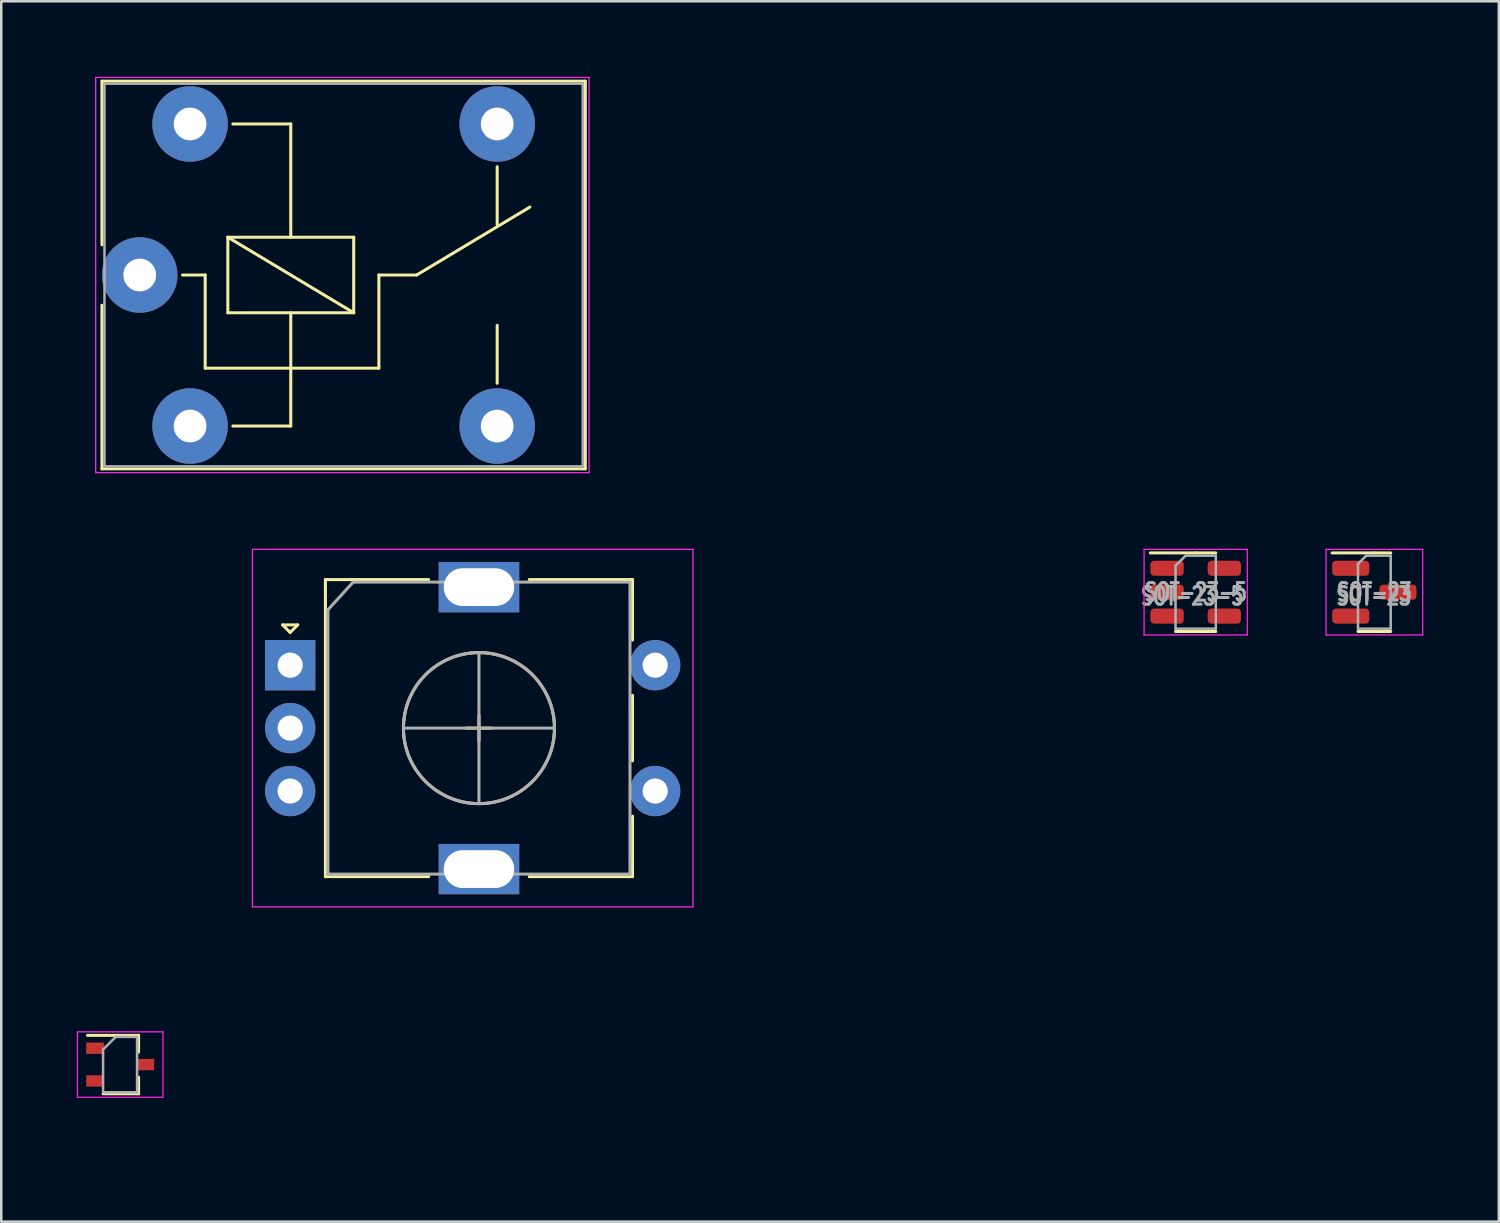
<source format=kicad_pcb>
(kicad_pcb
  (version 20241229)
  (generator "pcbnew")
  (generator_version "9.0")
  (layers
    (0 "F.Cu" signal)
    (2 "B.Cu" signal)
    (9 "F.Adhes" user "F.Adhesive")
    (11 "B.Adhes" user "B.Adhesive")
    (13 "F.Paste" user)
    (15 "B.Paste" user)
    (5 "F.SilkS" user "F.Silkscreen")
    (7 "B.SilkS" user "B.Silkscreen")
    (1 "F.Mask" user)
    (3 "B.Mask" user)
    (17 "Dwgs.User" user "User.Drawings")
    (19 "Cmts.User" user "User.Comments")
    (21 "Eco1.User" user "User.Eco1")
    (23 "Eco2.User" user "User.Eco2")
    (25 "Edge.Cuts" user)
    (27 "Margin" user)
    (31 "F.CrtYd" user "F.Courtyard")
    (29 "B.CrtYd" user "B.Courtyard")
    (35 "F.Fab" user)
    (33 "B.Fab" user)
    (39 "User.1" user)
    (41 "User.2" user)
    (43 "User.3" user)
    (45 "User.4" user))
  (footprint "SOT-23-5"
    (layer "F.Cu")
    (at 44.449 20.475)
    (property "Reference" "SOT-23-5" (at -0.14 0.16 180) (layer "F.Fab") (effects (font (size 0.7 0.5) (thickness 0.12))))
    (attr smd)
    (fp_line (start 0 -1.56) (end -1.8 -1.56) (stroke (width 0.12) (type solid)) (layer "F.SilkS"))
    (fp_line (start 0 -1.56) (end 0.8 -1.56) (stroke (width 0.12) (type solid)) (layer "F.SilkS"))
    (fp_line (start 0 1.56) (end -0.8 1.56) (stroke (width 0.12) (type solid)) (layer "F.SilkS"))
    (fp_line (start 0 1.56) (end 0.8 1.56) (stroke (width 0.12) (type solid)) (layer "F.SilkS"))
    (fp_line (start -2.05 -1.7) (end -2.05 1.7) (stroke (width 0.05) (type solid)) (layer "F.CrtYd"))
    (fp_line (start -2.05 1.7) (end 2.05 1.7) (stroke (width 0.05) (type solid)) (layer "F.CrtYd"))
    (fp_line (start 2.05 -1.7) (end -2.05 -1.7) (stroke (width 0.05) (type solid)) (layer "F.CrtYd"))
    (fp_line (start 2.05 1.7) (end 2.05 -1.7) (stroke (width 0.05) (type solid)) (layer "F.CrtYd"))
    (fp_line (start -0.8 -1.05) (end -0.4 -1.45) (stroke (width 0.1) (type solid)) (layer "F.Fab"))
    (fp_line (start -0.8 1.45) (end -0.8 -1.05) (stroke (width 0.1) (type solid)) (layer "F.Fab"))
    (fp_line (start -0.4 -1.45) (end 0.8 -1.45) (stroke (width 0.1) (type solid)) (layer "F.Fab"))
    (fp_line (start 0.8 -1.45) (end 0.8 1.45) (stroke (width 0.1) (type solid)) (layer "F.Fab"))
    (fp_line (start 0.8 1.45) (end -0.8 1.45) (stroke (width 0.1) (type solid)) (layer "F.Fab"))
    (fp_text user "${REFERENCE}" (at 0 0 180) (layer "F.Fab") (effects (font (size 0.7 0.5) (thickness 0.12))))
    (pad "1" smd roundrect (at -1.137 -0.95) (size 1.325 0.6) (layers "F.Cu" "F.Mask" "F.Paste") (roundrect_rratio 0.25))
    (pad "2" smd roundrect (at -1.137 0) (size 1.325 0.6) (layers "F.Cu" "F.Mask" "F.Paste") (roundrect_rratio 0.25))
    (pad "3" smd roundrect (at -1.137 0.95) (size 1.325 0.6) (layers "F.Cu" "F.Mask" "F.Paste") (roundrect_rratio 0.25))
    (pad "4" smd roundrect (at 1.137 0.95) (size 1.325 0.6) (layers "F.Cu" "F.Mask" "F.Paste") (roundrect_rratio 0.25))
    (pad "5" smd roundrect (at 1.137 -0.95) (size 1.325 0.6) (layers "F.Cu" "F.Mask" "F.Paste") (roundrect_rratio 0.25)))
  (footprint "SOT-23"
    (layer "F.Cu")
    (at 51.547 20.475)
    (property "Reference" "SOT-23" (at -0.02 0.16 0) (layer "F.Fab") (effects (font (size 0.7 0.5) (thickness 0.12))))
    (attr smd)
    (fp_line (start 0 -1.56) (end -1.675 -1.56) (stroke (width 0.12) (type solid)) (layer "F.SilkS"))
    (fp_line (start 0 -1.56) (end 0.65 -1.56) (stroke (width 0.12) (type solid)) (layer "F.SilkS"))
    (fp_line (start 0 1.56) (end -0.65 1.56) (stroke (width 0.12) (type solid)) (layer "F.SilkS"))
    (fp_line (start 0 1.56) (end 0.65 1.56) (stroke (width 0.12) (type solid)) (layer "F.SilkS"))
    (fp_line (start -1.92 -1.7) (end -1.92 1.7) (stroke (width 0.05) (type solid)) (layer "F.CrtYd"))
    (fp_line (start -1.92 1.7) (end 1.92 1.7) (stroke (width 0.05) (type solid)) (layer "F.CrtYd"))
    (fp_line (start 1.92 -1.7) (end -1.92 -1.7) (stroke (width 0.05) (type solid)) (layer "F.CrtYd"))
    (fp_line (start 1.92 1.7) (end 1.92 -1.7) (stroke (width 0.05) (type solid)) (layer "F.CrtYd"))
    (fp_line (start -0.65 -1.125) (end -0.325 -1.45) (stroke (width 0.1) (type solid)) (layer "F.Fab"))
    (fp_line (start -0.65 1.45) (end -0.65 -1.125) (stroke (width 0.1) (type solid)) (layer "F.Fab"))
    (fp_line (start -0.325 -1.45) (end 0.65 -1.45) (stroke (width 0.1) (type solid)) (layer "F.Fab"))
    (fp_line (start 0.65 -1.45) (end 0.65 1.45) (stroke (width 0.1) (type solid)) (layer "F.Fab"))
    (fp_line (start 0.65 1.45) (end -0.65 1.45) (stroke (width 0.1) (type solid)) (layer "F.Fab"))
    (fp_text user "${REFERENCE}" (at 0 0 0) (layer "F.Fab") (effects (font (size 0.7 0.5) (thickness 0.12))))
    (pad "1" smd roundrect (at -0.938 -0.95 180) (size 1.475 0.6) (layers "F.Cu" "F.Mask" "F.Paste") (roundrect_rratio 0.25))
    (pad "2" smd roundrect (at -0.938 0.95 180) (size 1.475 0.6) (layers "F.Cu" "F.Mask" "F.Paste") (roundrect_rratio 0.25))
    (pad "3" smd roundrect (at 0.938 0 180) (size 1.475 0.6) (layers "F.Cu" "F.Mask" "F.Paste") (roundrect_rratio 0.25)))
  (footprint "Relay_SPDT_Finder_36.11"
    (layer "F.Cu")
    (at 2.501 7.875)
    (property "Reference" "Relay_SPDT_Finder_36.11" (at 8.1 9.2 0) (layer "User.7") (effects (font (size 1 1) (thickness 0.15))))
    (attr through_hole)
    (fp_line (start -1.5 -7.7) (end -1.5 -1.2) (stroke (width 0.12) (type solid)) (layer "F.SilkS"))
    (fp_line (start -1.5 -7.7) (end 17.7 -7.7) (stroke (width 0.12) (type solid)) (layer "F.SilkS"))
    (fp_line (start -1.5 1.2) (end -1.5 7.7) (stroke (width 0.12) (type solid)) (layer "F.SilkS"))
    (fp_line (start 2.6 0) (end 1.7 0) (stroke (width 0.12) (type solid)) (layer "F.SilkS"))
    (fp_line (start 2.6 0) (end 2.6 3.7) (stroke (width 0.12) (type solid)) (layer "F.SilkS"))
    (fp_line (start 3.5 -1.5) (end 8.5 -1.5) (stroke (width 0.12) (type solid)) (layer "F.SilkS"))
    (fp_line (start 3.5 1.5) (end 3.5 -1.5) (stroke (width 0.12) (type solid)) (layer "F.SilkS"))
    (fp_line (start 3.7 6) (end 6 6) (stroke (width 0.12) (type solid)) (layer "F.SilkS"))
    (fp_line (start 6 -6) (end 3.7 -6) (stroke (width 0.12) (type solid)) (layer "F.SilkS"))
    (fp_line (start 6 -6) (end 6 -1.5) (stroke (width 0.12) (type solid)) (layer "F.SilkS"))
    (fp_line (start 6 1.5) (end 6 6) (stroke (width 0.12) (type solid)) (layer "F.SilkS"))
    (fp_line (start 8.5 -1.5) (end 8.5 1.5) (stroke (width 0.12) (type solid)) (layer "F.SilkS"))
    (fp_line (start 8.5 1.5) (end 3.5 -1.5) (stroke (width 0.12) (type solid)) (layer "F.SilkS"))
    (fp_line (start 8.5 1.5) (end 3.5 1.5) (stroke (width 0.12) (type solid)) (layer "F.SilkS"))
    (fp_line (start 9.5 0) (end 9.5 3.7) (stroke (width 0.12) (type solid)) (layer "F.SilkS"))
    (fp_line (start 9.5 0) (end 11 0) (stroke (width 0.12) (type solid)) (layer "F.SilkS"))
    (fp_line (start 9.5 3.7) (end 2.6 3.7) (stroke (width 0.12) (type solid)) (layer "F.SilkS"))
    (fp_line (start 11 0) (end 15.5 -2.7) (stroke (width 0.12) (type solid)) (layer "F.SilkS"))
    (fp_line (start 14.2 -4.3) (end 14.2 -2) (stroke (width 0.12) (type solid)) (layer "F.SilkS"))
    (fp_line (start 14.2 4.3) (end 14.2 2) (stroke (width 0.12) (type solid)) (layer "F.SilkS"))
    (fp_line (start 17.7 -7.7) (end 17.7 7.7) (stroke (width 0.12) (type solid)) (layer "F.SilkS"))
    (fp_line (start 17.7 7.7) (end -1.5 7.7) (stroke (width 0.12) (type solid)) (layer "F.SilkS"))
    (fp_line (start -1.75 7.85) (end -1.75 -7.85) (stroke (width 0.05) (type solid)) (layer "F.CrtYd"))
    (fp_line (start -1.75 7.85) (end 17.85 7.85) (stroke (width 0.05) (type solid)) (layer "F.CrtYd"))
    (fp_line (start 17.85 -7.85) (end -1.75 -7.85) (stroke (width 0.05) (type solid)) (layer "F.CrtYd"))
    (fp_line (start 17.85 -7.85) (end 17.85 7.85) (stroke (width 0.05) (type solid)) (layer "F.CrtYd"))
    (fp_line (start -1.4 -7.6) (end 17.6 -7.6) (stroke (width 0.1) (type solid)) (layer "F.Fab"))
    (fp_line (start -1.4 7.6) (end -1.4 -7.6) (stroke (width 0.1) (type solid)) (layer "F.Fab"))
    (fp_line (start 17.6 -7.6) (end 17.6 7.6) (stroke (width 0.1) (type solid)) (layer "F.Fab"))
    (fp_line (start 17.6 7.6) (end -1.4 7.6) (stroke (width 0.1) (type solid)) (layer "F.Fab"))
    (fp_text user "${REFERENCE}" (at 7.1 0.025 0) (layer "User.3") (effects (font (size 1 1) (thickness 0.15))))
    (pad "11" thru_hole circle (at 0 0) (size 3 3) (drill 1.3) (layers "*.Cu" "*.Mask"))
    (pad "12" thru_hole circle (at 14.2 -6) (size 3 3) (drill 1.3) (layers "*.Cu" "*.Mask"))
    (pad "14" thru_hole circle (at 14.2 6) (size 3 3) (drill 1.3) (layers "*.Cu" "*.Mask"))
    (pad "A1" thru_hole circle (at 2 6) (size 3 3) (drill 1.3) (layers "*.Cu" "*.Mask"))
    (pad "A2" thru_hole circle (at 2 -6) (size 3 3) (drill 1.3) (layers "*.Cu" "*.Mask")))
  (footprint "RotaryEncoder_Alps_EC11E-Switch_Vertical_H20mm"
    (layer "F.Cu")
    (at 8.477 23.375)
    (property "Reference" "RotaryEncoder_Alps_EC11E-Switch_Vertical_H20mm" (at -2.9 -3.4 90) (layer "User.7") (effects (font (size 1 1) (thickness 0.15))))
    (attr through_hole)
    (fp_line (start -0.3 -1.6) (end 0.3 -1.6) (stroke (width 0.12) (type solid)) (layer "F.SilkS"))
    (fp_line (start 0 -1.3) (end -0.3 -1.6) (stroke (width 0.12) (type solid)) (layer "F.SilkS"))
    (fp_line (start 0.3 -1.6) (end 0 -1.3) (stroke (width 0.12) (type solid)) (layer "F.SilkS"))
    (fp_line (start 1.4 -3.4) (end 1.4 8.4) (stroke (width 0.12) (type solid)) (layer "F.SilkS"))
    (fp_line (start 5.5 -3.4) (end 1.4 -3.4) (stroke (width 0.12) (type solid)) (layer "F.SilkS"))
    (fp_line (start 5.5 8.4) (end 1.4 8.4) (stroke (width 0.12) (type solid)) (layer "F.SilkS"))
    (fp_line (start 7 2.5) (end 8 2.5) (stroke (width 0.12) (type solid)) (layer "F.SilkS"))
    (fp_line (start 7.5 2) (end 7.5 3) (stroke (width 0.12) (type solid)) (layer "F.SilkS"))
    (fp_line (start 9.5 -3.4) (end 13.6 -3.4) (stroke (width 0.12) (type solid)) (layer "F.SilkS"))
    (fp_line (start 13.6 -3.4) (end 13.6 -1) (stroke (width 0.12) (type solid)) (layer "F.SilkS"))
    (fp_line (start 13.6 1.2) (end 13.6 3.8) (stroke (width 0.12) (type solid)) (layer "F.SilkS"))
    (fp_line (start 13.6 6) (end 13.6 8.4) (stroke (width 0.12) (type solid)) (layer "F.SilkS"))
    (fp_line (start 13.6 8.4) (end 9.5 8.4) (stroke (width 0.12) (type solid)) (layer "F.SilkS"))
    (fp_circle (center 7.5 2.5) (end 10.5 2.5) (stroke (width 0.12) (type solid)) (fill no) (layer "F.SilkS"))
    (fp_line (start -1.5 -4.6) (end -1.5 9.6) (stroke (width 0.05) (type solid)) (layer "F.CrtYd"))
    (fp_line (start -1.5 -4.6) (end 16 -4.6) (stroke (width 0.05) (type solid)) (layer "F.CrtYd"))
    (fp_line (start 16 9.6) (end -1.5 9.6) (stroke (width 0.05) (type solid)) (layer "F.CrtYd"))
    (fp_line (start 16 9.6) (end 16 -4.6) (stroke (width 0.05) (type solid)) (layer "F.CrtYd"))
    (fp_line (start 1.5 -2.2) (end 2.5 -3.3) (stroke (width 0.12) (type solid)) (layer "F.Fab"))
    (fp_line (start 1.5 8.3) (end 1.5 -2.2) (stroke (width 0.12) (type solid)) (layer "F.Fab"))
    (fp_line (start 2.5 -3.3) (end 13.5 -3.3) (stroke (width 0.12) (type solid)) (layer "F.Fab"))
    (fp_line (start 4.5 2.5) (end 10.5 2.5) (stroke (width 0.12) (type solid)) (layer "F.Fab"))
    (fp_line (start 7.5 -0.5) (end 7.5 5.5) (stroke (width 0.12) (type solid)) (layer "F.Fab"))
    (fp_line (start 13.5 -3.3) (end 13.5 8.3) (stroke (width 0.12) (type solid)) (layer "F.Fab"))
    (fp_line (start 13.5 8.3) (end 1.5 8.3) (stroke (width 0.12) (type solid)) (layer "F.Fab"))
    (fp_circle (center 7.5 2.5) (end 10.5 2.5) (stroke (width 0.12) (type solid)) (fill no) (layer "F.Fab"))
    (fp_text user "${REFERENCE}" (at 11.1 6.3 0) (layer "User.3") (effects (font (size 1 1) (thickness 0.15))))
    (pad "A" thru_hole rect (at 0 0) (size 2 2) (drill 1) (layers "*.Cu" "*.Mask"))
    (pad "B" thru_hole circle (at 0 5) (size 2 2) (drill 1) (layers "*.Cu" "*.Mask"))
    (pad "C" thru_hole circle (at 0 2.5) (size 2 2) (drill 1) (layers "*.Cu" "*.Mask"))
    (pad "MP" thru_hole rect (at 7.5 -3.1) (size 3.2 2) (drill oval 2.8 1.5) (layers "*.Cu" "*.Mask"))
    (pad "MP" thru_hole rect (at 7.5 8.1) (size 3.2 2) (drill oval 2.8 1.5) (layers "*.Cu" "*.Mask"))
    (pad "S1" thru_hole circle (at 14.5 5) (size 2 2) (drill 1) (layers "*.Cu" "*.Mask"))
    (pad "S2" thru_hole circle (at 14.5 0) (size 2 2) (drill 1) (layers "*.Cu" "*.Mask")))
  (footprint "SOT-323_SC-70"
    (layer "F.Cu")
    (at 1.725 39.241)
    (property "Reference" "SOT-323_SC-70" (at -0.05 -1.95 0) (layer "User.7") (effects (font (size 1 1) (thickness 0.15))))
    (attr smd)
    (fp_line (start -0.68 1.16) (end 0.73 1.16) (stroke (width 0.12) (type solid)) (layer "F.SilkS"))
    (fp_line (start 0.73 -1.16) (end -1.3 -1.16) (stroke (width 0.12) (type solid)) (layer "F.SilkS"))
    (fp_line (start 0.73 -1.16) (end 0.73 -0.5) (stroke (width 0.12) (type solid)) (layer "F.SilkS"))
    (fp_line (start 0.73 0.5) (end 0.73 1.16) (stroke (width 0.12) (type solid)) (layer "F.SilkS"))
    (fp_line (start -1.7 -1.3) (end 1.7 -1.3) (stroke (width 0.05) (type solid)) (layer "F.CrtYd"))
    (fp_line (start -1.7 1.3) (end -1.7 -1.3) (stroke (width 0.05) (type solid)) (layer "F.CrtYd"))
    (fp_line (start 1.7 -1.3) (end 1.7 1.3) (stroke (width 0.05) (type solid)) (layer "F.CrtYd"))
    (fp_line (start 1.7 1.3) (end -1.7 1.3) (stroke (width 0.05) (type solid)) (layer "F.CrtYd"))
    (fp_line (start -0.68 -0.6) (end -0.68 1.1) (stroke (width 0.1) (type solid)) (layer "F.Fab"))
    (fp_line (start -0.18 -1.1) (end -0.68 -0.6) (stroke (width 0.1) (type solid)) (layer "F.Fab"))
    (fp_line (start 0.67 -1.1) (end -0.18 -1.1) (stroke (width 0.1) (type solid)) (layer "F.Fab"))
    (fp_line (start 0.67 -1.1) (end 0.67 1.1) (stroke (width 0.1) (type solid)) (layer "F.Fab"))
    (fp_line (start 0.67 1.1) (end -0.68 1.1) (stroke (width 0.1) (type solid)) (layer "F.Fab"))
    (fp_text user "${REFERENCE}" (at 0 0 90) (layer "User.3") (effects (font (size 0.5 0.5) (thickness 0.075))))
    (pad "1" smd rect (at -1 -0.65 270) (size 0.45 0.7) (layers "F.Cu" "F.Mask" "F.Paste"))
    (pad "2" smd rect (at -1 0.65 270) (size 0.45 0.7) (layers "F.Cu" "F.Mask" "F.Paste"))
    (pad "3" smd rect (at 1 0 270) (size 0.45 0.7) (layers "F.Cu" "F.Mask" "F.Paste")))
  (gr_rect
    (start -3 -3)
    (end 56.492 45.482)
    (stroke (width 0.1) (type default))
    (fill no)
    (layer "Edge.Cuts")))
</source>
